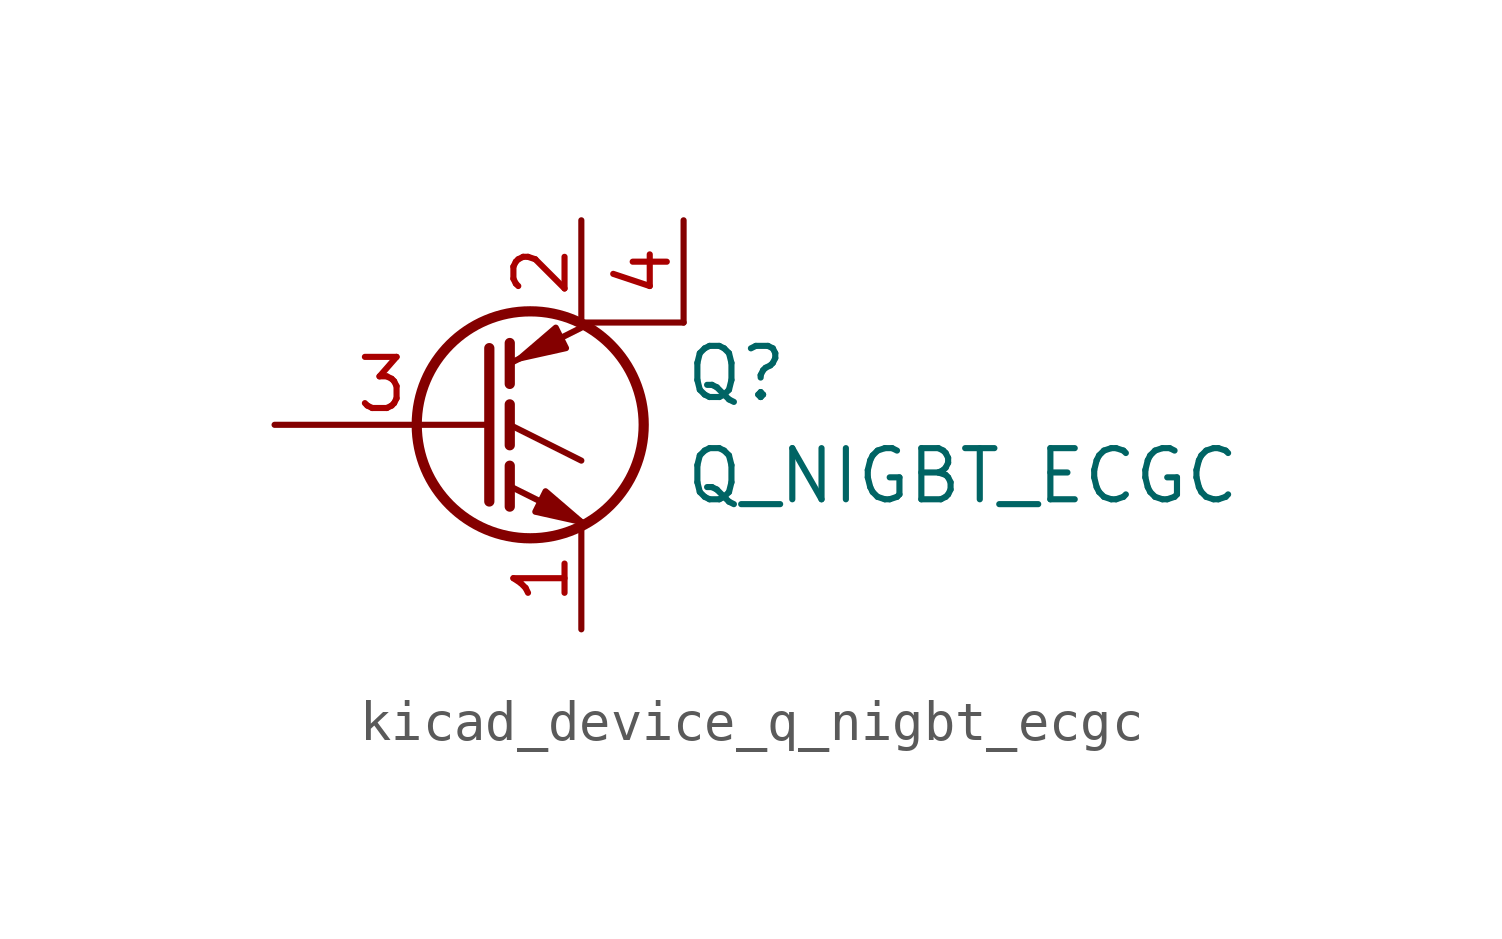
<source format=kicad_sym>
(kicad_symbol_lib
  (version 20220914)
  (generator kicad_symbol_editor)
  (symbol "kicad_device_q_nigbt_ecgc"
    (pin_names
      (offset 0) hide)
    (property "Reference" "Q"
      (at 5.08 1.27 0)
      (effects (font (size 1.27 1.27)) (justify left)))
    (property "Value" "Q_NIGBT_ECGC"
      (at 5.08 -1.27 0)
      (effects (font (size 1.27 1.27)) (justify left)))
    (symbol "kicad_device_q_nigbt_ecgc_0_1"
      (polyline (pts (xy 0.762 -1.016) (xy 0.762 -2.032)) (stroke (width 0.254) (type default)) (fill (type none)))
      (polyline (pts (xy 0.762 0.508) (xy 0.762 -0.508)) (stroke (width 0.254) (type default)) (fill (type none)))
      (polyline (pts (xy 0.762 2.032) (xy 0.762 1.016)) (stroke (width 0.254) (type default)) (fill (type none)))
      (polyline (pts (xy 2.54 -2.413) (xy 0.762 -1.524)) (stroke (width 0) (type default)) (fill (type none)))
      (polyline (pts (xy 2.54 -0.889) (xy 0.762 0)) (stroke (width 0) (type default)) (fill (type none)))
      (polyline (pts (xy 2.54 2.413) (xy 0.762 1.524)) (stroke (width 0) (type default)) (fill (type none)))
      (polyline (pts (xy 2.54 2.54) (xy 5.08 2.54)) (stroke (width 0) (type default)) (fill (type none)))
      (polyline (pts (xy 0.254 1.905) (xy 0.254 -1.905) (xy 0.254 -1.905)) (stroke (width 0.254) (type default)) (fill (type none)))
      (polyline (pts (xy 1.397 -2.159) (xy 1.651 -1.651) (xy 2.54 -2.413) (xy 1.397 -2.159)) (stroke (width 0) (type default)) (fill (type outline)))
      (polyline (pts (xy 2.159 1.905) (xy 1.905 2.413) (xy 1.016 1.651) (xy 2.159 1.905)) (stroke (width 0) (type default)) (fill (type outline)))
      (circle (center 1.27 0) (radius 2.819) (stroke (width 0.254) (type default)) (fill (type none))))
    (symbol "kicad_device_q_nigbt_ecgc_1_1"
      (pin passive line (at 2.54 -5.08 90) (length 2.54) (name "E" (effects (font (size 1.27 1.27)))) (number "1" (effects (font (size 1.27 1.27)))))
      (pin passive line (at 2.54 5.08 270) (length 2.54) (name "C" (effects (font (size 1.27 1.27)))) (number "2" (effects (font (size 1.27 1.27)))))
      (pin input line (at -5.08 0 0) (length 5.334) (name "G" (effects (font (size 1.27 1.27)))) (number "3" (effects (font (size 1.27 1.27)))))
      (pin passive line (at 5.08 5.08 270) (length 2.54) (name "C" (effects (font (size 1.27 1.27)))) (number "4" (effects (font (size 1.27 1.27))))))))
</source>
